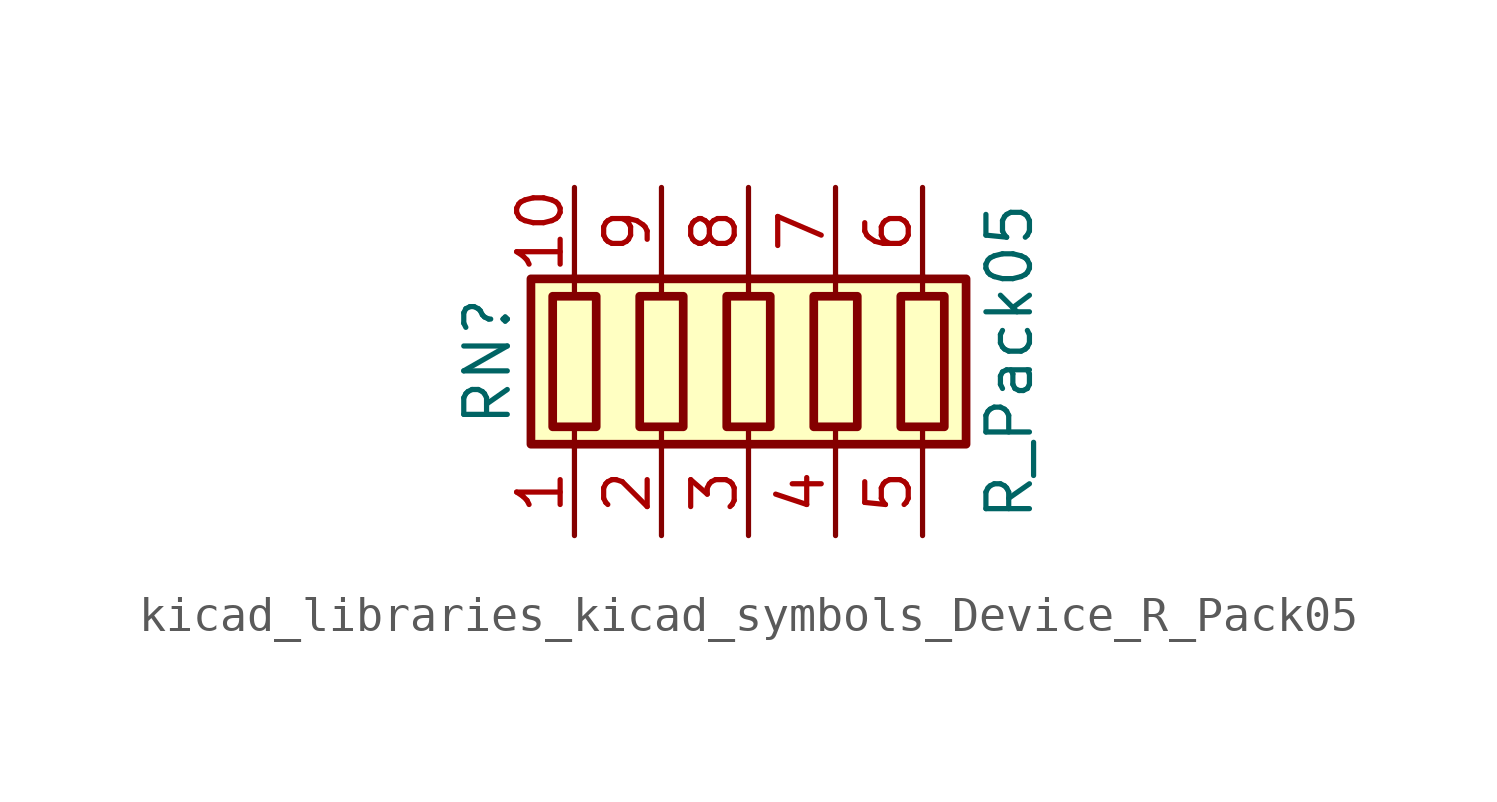
<source format=kicad_sym>
(kicad_symbol_lib
  (version 20220914)
  (generator kicad_symbol_editor)
  (symbol "kicad_libraries_kicad_symbols_Device_R_Pack05"
    (pin_names
      (offset 0) hide)
    (property "Reference" "RN"
      (at -7.62 0 90)
      (effects (font (size 1.27 1.27))))
    (property "Value" "R_Pack05"
      (at 7.62 0 90)
      (effects (font (size 1.27 1.27))))
    (symbol "kicad_libraries_kicad_symbols_Device_R_Pack05_0_1"
      (rectangle (start -6.35 -2.413) (end 6.35 2.413) (stroke (width 0.254) (type default)) (fill (type background)))
      (rectangle (start -5.715 1.905) (end -4.445 -1.905) (stroke (width 0.254) (type default)) (fill (type none)))
      (rectangle (start -3.175 1.905) (end -1.905 -1.905) (stroke (width 0.254) (type default)) (fill (type none)))
      (rectangle (start -0.635 1.905) (end 0.635 -1.905) (stroke (width 0.254) (type default)) (fill (type none)))
      (polyline (pts (xy -5.08 -2.54) (xy -5.08 -1.905)) (stroke (width 0) (type default)) (fill (type none)))
      (polyline (pts (xy -5.08 1.905) (xy -5.08 2.54)) (stroke (width 0) (type default)) (fill (type none)))
      (polyline (pts (xy -2.54 -2.54) (xy -2.54 -1.905)) (stroke (width 0) (type default)) (fill (type none)))
      (polyline (pts (xy -2.54 1.905) (xy -2.54 2.54)) (stroke (width 0) (type default)) (fill (type none)))
      (polyline (pts (xy 0 -2.54) (xy 0 -1.905)) (stroke (width 0) (type default)) (fill (type none)))
      (polyline (pts (xy 0 1.905) (xy 0 2.54)) (stroke (width 0) (type default)) (fill (type none)))
      (polyline (pts (xy 2.54 -2.54) (xy 2.54 -1.905)) (stroke (width 0) (type default)) (fill (type none)))
      (polyline (pts (xy 2.54 1.905) (xy 2.54 2.54)) (stroke (width 0) (type default)) (fill (type none)))
      (polyline (pts (xy 5.08 -2.54) (xy 5.08 -1.905)) (stroke (width 0) (type default)) (fill (type none)))
      (polyline (pts (xy 5.08 1.905) (xy 5.08 2.54)) (stroke (width 0) (type default)) (fill (type none)))
      (rectangle (start 1.905 1.905) (end 3.175 -1.905) (stroke (width 0.254) (type default)) (fill (type none)))
      (rectangle (start 4.445 1.905) (end 5.715 -1.905) (stroke (width 0.254) (type default)) (fill (type none))))
    (symbol "kicad_libraries_kicad_symbols_Device_R_Pack05_1_1"
      (pin passive line (at -5.08 -5.08 90) (length 2.54) (name "R1.1" (effects (font (size 1.27 1.27)))) (number "1" (effects (font (size 1.27 1.27)))))
      (pin passive line (at -5.08 5.08 270) (length 2.54) (name "R1.2" (effects (font (size 1.27 1.27)))) (number "10" (effects (font (size 1.27 1.27)))))
      (pin passive line (at -2.54 -5.08 90) (length 2.54) (name "R2.1" (effects (font (size 1.27 1.27)))) (number "2" (effects (font (size 1.27 1.27)))))
      (pin passive line (at 0 -5.08 90) (length 2.54) (name "R3.1" (effects (font (size 1.27 1.27)))) (number "3" (effects (font (size 1.27 1.27)))))
      (pin passive line (at 2.54 -5.08 90) (length 2.54) (name "R4.1" (effects (font (size 1.27 1.27)))) (number "4" (effects (font (size 1.27 1.27)))))
      (pin passive line (at 5.08 -5.08 90) (length 2.54) (name "R5.1" (effects (font (size 1.27 1.27)))) (number "5" (effects (font (size 1.27 1.27)))))
      (pin passive line (at 5.08 5.08 270) (length 2.54) (name "R5.2" (effects (font (size 1.27 1.27)))) (number "6" (effects (font (size 1.27 1.27)))))
      (pin passive line (at 2.54 5.08 270) (length 2.54) (name "R4.2" (effects (font (size 1.27 1.27)))) (number "7" (effects (font (size 1.27 1.27)))))
      (pin passive line (at 0 5.08 270) (length 2.54) (name "R3.2" (effects (font (size 1.27 1.27)))) (number "8" (effects (font (size 1.27 1.27)))))
      (pin passive line (at -2.54 5.08 270) (length 2.54) (name "R2.2" (effects (font (size 1.27 1.27)))) (number "9" (effects (font (size 1.27 1.27))))))))
</source>
